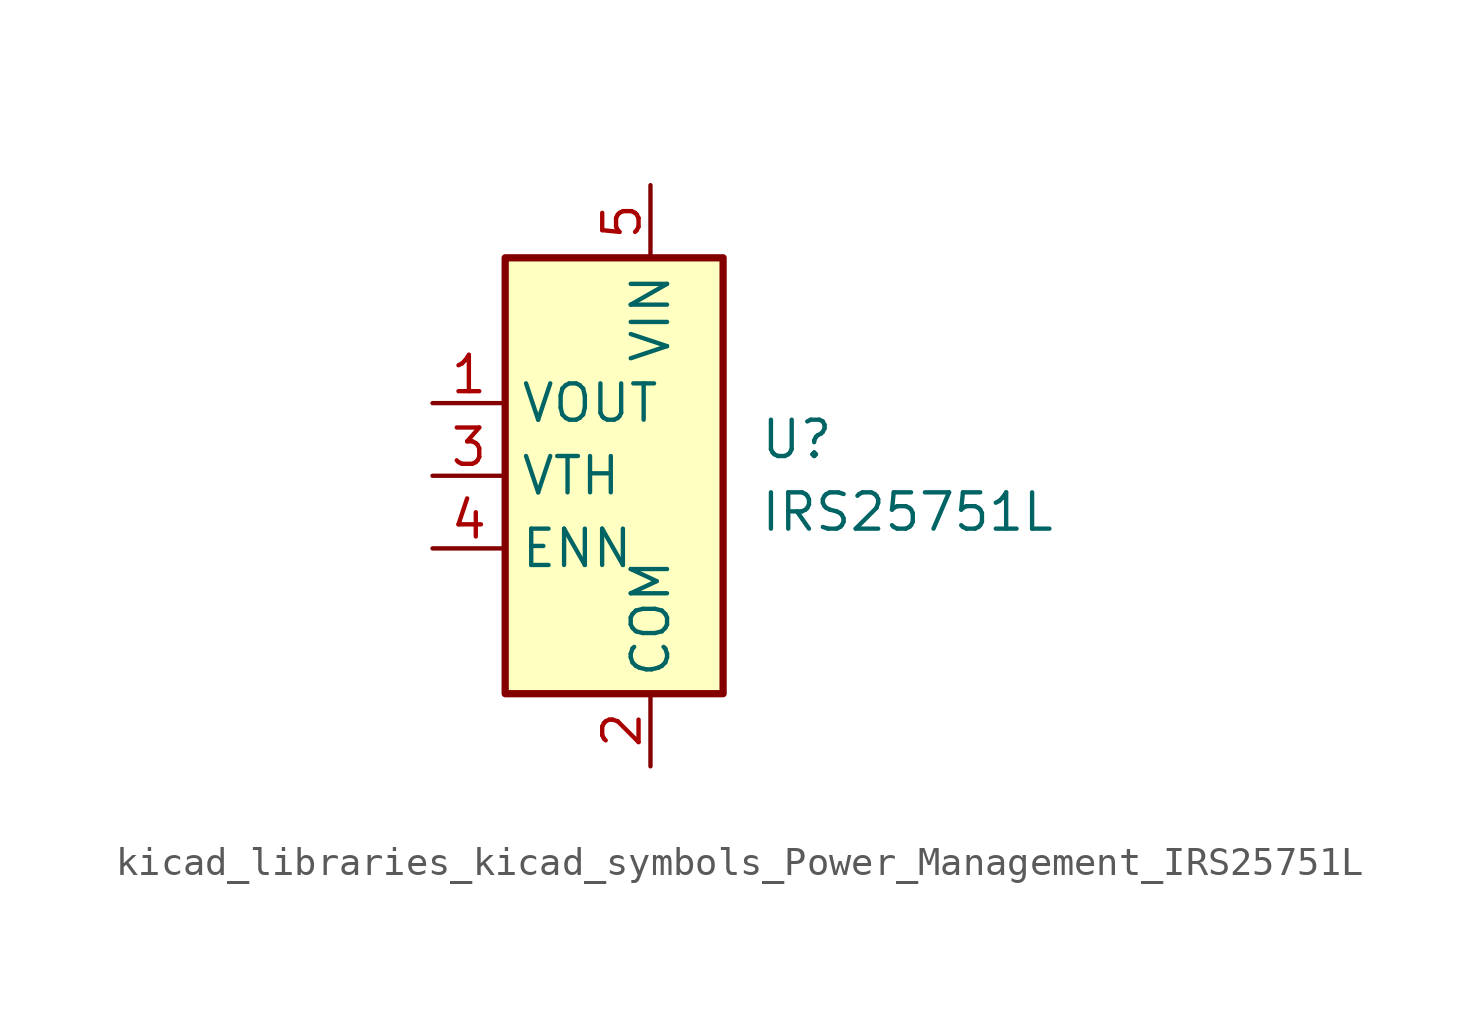
<source format=kicad_sym>
(kicad_symbol_lib
  (version 20220914)
  (generator kicad_symbol_editor)
  (symbol "kicad_libraries_kicad_symbols_Power_Management_IRS25751L"
    (property "Reference" "U"
      (at 3.81 1.27 0)
      (effects (font (size 1.27 1.27)) (justify left)))
    (property "Value" "IRS25751L"
      (at 3.81 -1.27 0)
      (effects (font (size 1.27 1.27)) (justify left)))
    (symbol "kicad_libraries_kicad_symbols_Power_Management_IRS25751L_0_1"
      (rectangle (start -5.08 -7.62) (end 2.54 7.62) (stroke (width 0.254) (type default)) (fill (type background))))
    (symbol "kicad_libraries_kicad_symbols_Power_Management_IRS25751L_1_1"
      (pin power_out line (at -7.62 2.54 0) (length 2.54) (name "VOUT" (effects (font (size 1.27 1.27)))) (number "1" (effects (font (size 1.27 1.27)))))
      (pin power_in line (at 0 -10.16 90) (length 2.54) (name "COM" (effects (font (size 1.27 1.27)))) (number "2" (effects (font (size 1.27 1.27)))))
      (pin input line (at -7.62 0 0) (length 2.54) (name "VTH" (effects (font (size 1.27 1.27)))) (number "3" (effects (font (size 1.27 1.27)))))
      (pin input line (at -7.62 -2.54 0) (length 2.54) (name "ENN" (effects (font (size 1.27 1.27)))) (number "4" (effects (font (size 1.27 1.27)))))
      (pin power_in line (at 0 10.16 270) (length 2.54) (name "VIN" (effects (font (size 1.27 1.27)))) (number "5" (effects (font (size 1.27 1.27))))))))
</source>
